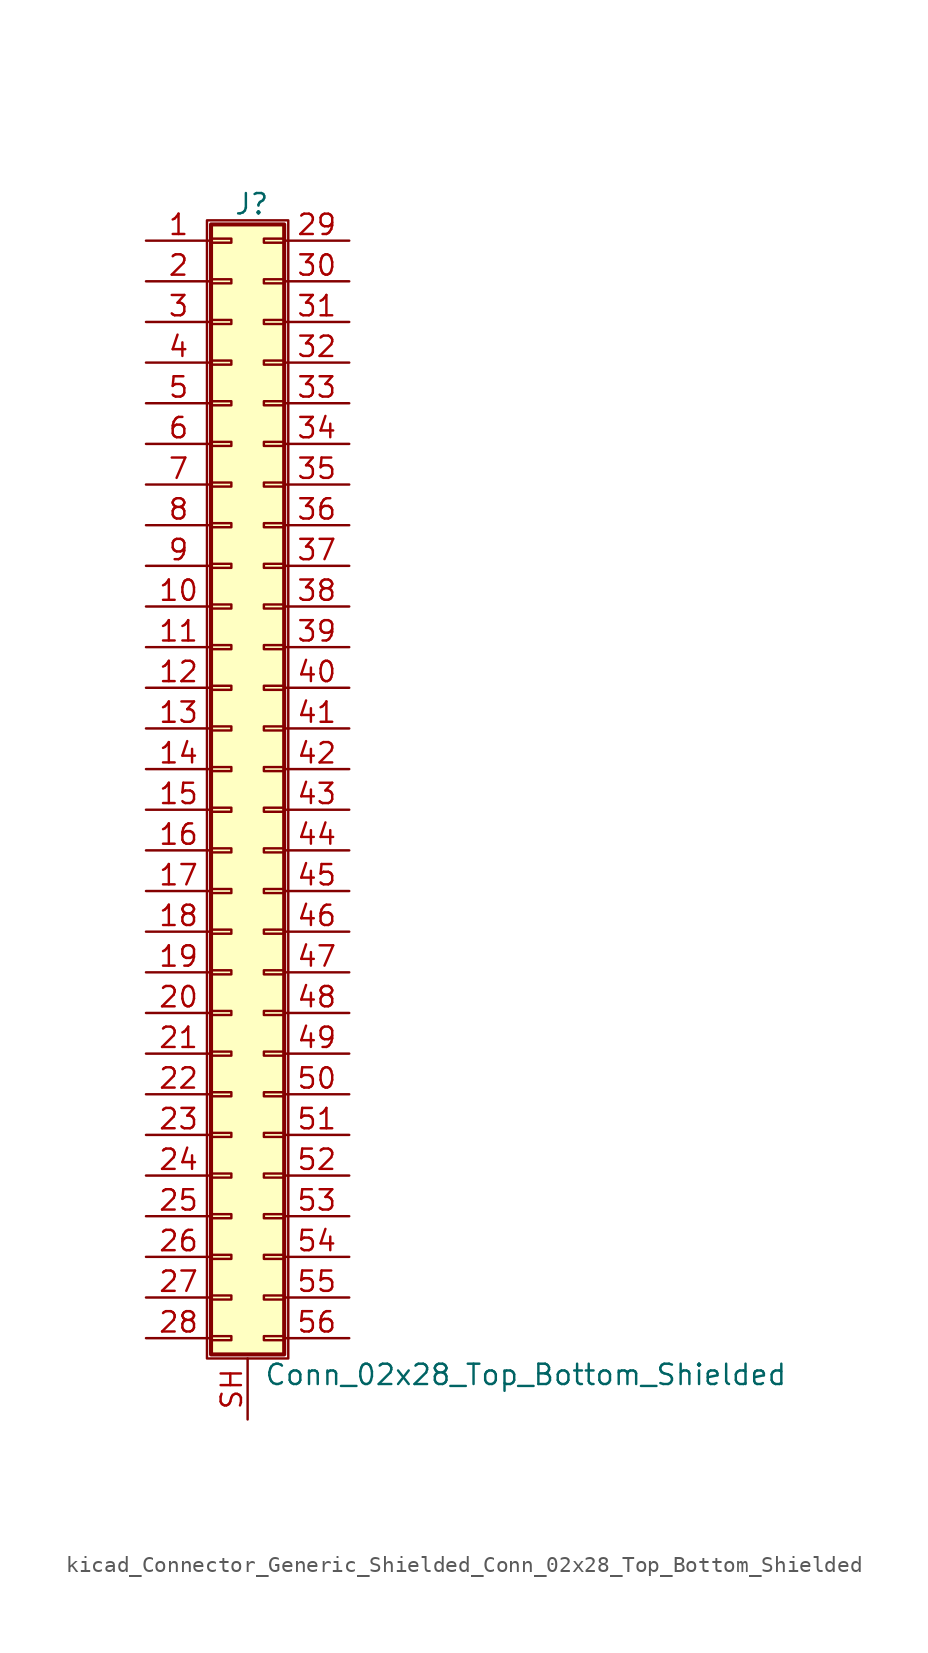
<source format=kicad_sym>
(kicad_symbol_lib
  (version 20220914)
  (generator kicad_symbol_editor)
  (symbol "kicad_Connector_Generic_Shielded_Conn_02x28_Top_Bottom_Shielded"
    (pin_names
      (offset 1.016) hide)
    (property "Reference" "J"
      (at 1.524 35.306 0)
      (effects (font (size 1.27 1.27))))
    (property "Value" "Conn_02x28_Top_Bottom_Shielded"
      (at 2.286 -37.846 0)
      (effects (font (size 1.27 1.27)) (justify left)))
    (symbol "kicad_Connector_Generic_Shielded_Conn_02x28_Top_Bottom_Shielded_1_1"
      (rectangle (start -1.27 34.29) (end 3.81 -36.83) (stroke (width 0.152) (type default)) (fill (type none)))
      (rectangle (start -1.016 -35.433) (end 0.254 -35.687) (stroke (width 0.152) (type default)) (fill (type none)))
      (rectangle (start -1.016 -32.893) (end 0.254 -33.147) (stroke (width 0.152) (type default)) (fill (type none)))
      (rectangle (start -1.016 -30.353) (end 0.254 -30.607) (stroke (width 0.152) (type default)) (fill (type none)))
      (rectangle (start -1.016 -27.813) (end 0.254 -28.067) (stroke (width 0.152) (type default)) (fill (type none)))
      (rectangle (start -1.016 -25.273) (end 0.254 -25.527) (stroke (width 0.152) (type default)) (fill (type none)))
      (rectangle (start -1.016 -22.733) (end 0.254 -22.987) (stroke (width 0.152) (type default)) (fill (type none)))
      (rectangle (start -1.016 -20.193) (end 0.254 -20.447) (stroke (width 0.152) (type default)) (fill (type none)))
      (rectangle (start -1.016 -17.653) (end 0.254 -17.907) (stroke (width 0.152) (type default)) (fill (type none)))
      (rectangle (start -1.016 -15.113) (end 0.254 -15.367) (stroke (width 0.152) (type default)) (fill (type none)))
      (rectangle (start -1.016 -12.573) (end 0.254 -12.827) (stroke (width 0.152) (type default)) (fill (type none)))
      (rectangle (start -1.016 -10.033) (end 0.254 -10.287) (stroke (width 0.152) (type default)) (fill (type none)))
      (rectangle (start -1.016 -7.493) (end 0.254 -7.747) (stroke (width 0.152) (type default)) (fill (type none)))
      (rectangle (start -1.016 -4.953) (end 0.254 -5.207) (stroke (width 0.152) (type default)) (fill (type none)))
      (rectangle (start -1.016 -2.413) (end 0.254 -2.667) (stroke (width 0.152) (type default)) (fill (type none)))
      (rectangle (start -1.016 0.127) (end 0.254 -0.127) (stroke (width 0.152) (type default)) (fill (type none)))
      (rectangle (start -1.016 2.667) (end 0.254 2.413) (stroke (width 0.152) (type default)) (fill (type none)))
      (rectangle (start -1.016 5.207) (end 0.254 4.953) (stroke (width 0.152) (type default)) (fill (type none)))
      (rectangle (start -1.016 7.747) (end 0.254 7.493) (stroke (width 0.152) (type default)) (fill (type none)))
      (rectangle (start -1.016 10.287) (end 0.254 10.033) (stroke (width 0.152) (type default)) (fill (type none)))
      (rectangle (start -1.016 12.827) (end 0.254 12.573) (stroke (width 0.152) (type default)) (fill (type none)))
      (rectangle (start -1.016 15.367) (end 0.254 15.113) (stroke (width 0.152) (type default)) (fill (type none)))
      (rectangle (start -1.016 17.907) (end 0.254 17.653) (stroke (width 0.152) (type default)) (fill (type none)))
      (rectangle (start -1.016 20.447) (end 0.254 20.193) (stroke (width 0.152) (type default)) (fill (type none)))
      (rectangle (start -1.016 22.987) (end 0.254 22.733) (stroke (width 0.152) (type default)) (fill (type none)))
      (rectangle (start -1.016 25.527) (end 0.254 25.273) (stroke (width 0.152) (type default)) (fill (type none)))
      (rectangle (start -1.016 28.067) (end 0.254 27.813) (stroke (width 0.152) (type default)) (fill (type none)))
      (rectangle (start -1.016 30.607) (end 0.254 30.353) (stroke (width 0.152) (type default)) (fill (type none)))
      (rectangle (start -1.016 33.147) (end 0.254 32.893) (stroke (width 0.152) (type default)) (fill (type none)))
      (rectangle (start -1.016 34.036) (end 3.556 -36.576) (stroke (width 0.254) (type default)) (fill (type background)))
      (rectangle (start 3.556 -35.433) (end 2.286 -35.687) (stroke (width 0.152) (type default)) (fill (type none)))
      (rectangle (start 3.556 -32.893) (end 2.286 -33.147) (stroke (width 0.152) (type default)) (fill (type none)))
      (rectangle (start 3.556 -30.353) (end 2.286 -30.607) (stroke (width 0.152) (type default)) (fill (type none)))
      (rectangle (start 3.556 -27.813) (end 2.286 -28.067) (stroke (width 0.152) (type default)) (fill (type none)))
      (rectangle (start 3.556 -25.273) (end 2.286 -25.527) (stroke (width 0.152) (type default)) (fill (type none)))
      (rectangle (start 3.556 -22.733) (end 2.286 -22.987) (stroke (width 0.152) (type default)) (fill (type none)))
      (rectangle (start 3.556 -20.193) (end 2.286 -20.447) (stroke (width 0.152) (type default)) (fill (type none)))
      (rectangle (start 3.556 -17.653) (end 2.286 -17.907) (stroke (width 0.152) (type default)) (fill (type none)))
      (rectangle (start 3.556 -15.113) (end 2.286 -15.367) (stroke (width 0.152) (type default)) (fill (type none)))
      (rectangle (start 3.556 -12.573) (end 2.286 -12.827) (stroke (width 0.152) (type default)) (fill (type none)))
      (rectangle (start 3.556 -10.033) (end 2.286 -10.287) (stroke (width 0.152) (type default)) (fill (type none)))
      (rectangle (start 3.556 -7.493) (end 2.286 -7.747) (stroke (width 0.152) (type default)) (fill (type none)))
      (rectangle (start 3.556 -4.953) (end 2.286 -5.207) (stroke (width 0.152) (type default)) (fill (type none)))
      (rectangle (start 3.556 -2.413) (end 2.286 -2.667) (stroke (width 0.152) (type default)) (fill (type none)))
      (rectangle (start 3.556 0.127) (end 2.286 -0.127) (stroke (width 0.152) (type default)) (fill (type none)))
      (rectangle (start 3.556 2.667) (end 2.286 2.413) (stroke (width 0.152) (type default)) (fill (type none)))
      (rectangle (start 3.556 5.207) (end 2.286 4.953) (stroke (width 0.152) (type default)) (fill (type none)))
      (rectangle (start 3.556 7.747) (end 2.286 7.493) (stroke (width 0.152) (type default)) (fill (type none)))
      (rectangle (start 3.556 10.287) (end 2.286 10.033) (stroke (width 0.152) (type default)) (fill (type none)))
      (rectangle (start 3.556 12.827) (end 2.286 12.573) (stroke (width 0.152) (type default)) (fill (type none)))
      (rectangle (start 3.556 15.367) (end 2.286 15.113) (stroke (width 0.152) (type default)) (fill (type none)))
      (rectangle (start 3.556 17.907) (end 2.286 17.653) (stroke (width 0.152) (type default)) (fill (type none)))
      (rectangle (start 3.556 20.447) (end 2.286 20.193) (stroke (width 0.152) (type default)) (fill (type none)))
      (rectangle (start 3.556 22.987) (end 2.286 22.733) (stroke (width 0.152) (type default)) (fill (type none)))
      (rectangle (start 3.556 25.527) (end 2.286 25.273) (stroke (width 0.152) (type default)) (fill (type none)))
      (rectangle (start 3.556 28.067) (end 2.286 27.813) (stroke (width 0.152) (type default)) (fill (type none)))
      (rectangle (start 3.556 30.607) (end 2.286 30.353) (stroke (width 0.152) (type default)) (fill (type none)))
      (rectangle (start 3.556 33.147) (end 2.286 32.893) (stroke (width 0.152) (type default)) (fill (type none)))
      (pin passive line (at -5.08 33.02 0) (length 4.064) (name "Pin_1" (effects (font (size 1.27 1.27)))) (number "1" (effects (font (size 1.27 1.27)))))
      (pin passive line (at -5.08 10.16 0) (length 4.064) (name "Pin_10" (effects (font (size 1.27 1.27)))) (number "10" (effects (font (size 1.27 1.27)))))
      (pin passive line (at -5.08 7.62 0) (length 4.064) (name "Pin_11" (effects (font (size 1.27 1.27)))) (number "11" (effects (font (size 1.27 1.27)))))
      (pin passive line (at -5.08 5.08 0) (length 4.064) (name "Pin_12" (effects (font (size 1.27 1.27)))) (number "12" (effects (font (size 1.27 1.27)))))
      (pin passive line (at -5.08 2.54 0) (length 4.064) (name "Pin_13" (effects (font (size 1.27 1.27)))) (number "13" (effects (font (size 1.27 1.27)))))
      (pin passive line (at -5.08 0 0) (length 4.064) (name "Pin_14" (effects (font (size 1.27 1.27)))) (number "14" (effects (font (size 1.27 1.27)))))
      (pin passive line (at -5.08 -2.54 0) (length 4.064) (name "Pin_15" (effects (font (size 1.27 1.27)))) (number "15" (effects (font (size 1.27 1.27)))))
      (pin passive line (at -5.08 -5.08 0) (length 4.064) (name "Pin_16" (effects (font (size 1.27 1.27)))) (number "16" (effects (font (size 1.27 1.27)))))
      (pin passive line (at -5.08 -7.62 0) (length 4.064) (name "Pin_17" (effects (font (size 1.27 1.27)))) (number "17" (effects (font (size 1.27 1.27)))))
      (pin passive line (at -5.08 -10.16 0) (length 4.064) (name "Pin_18" (effects (font (size 1.27 1.27)))) (number "18" (effects (font (size 1.27 1.27)))))
      (pin passive line (at -5.08 -12.7 0) (length 4.064) (name "Pin_19" (effects (font (size 1.27 1.27)))) (number "19" (effects (font (size 1.27 1.27)))))
      (pin passive line (at -5.08 30.48 0) (length 4.064) (name "Pin_2" (effects (font (size 1.27 1.27)))) (number "2" (effects (font (size 1.27 1.27)))))
      (pin passive line (at -5.08 -15.24 0) (length 4.064) (name "Pin_20" (effects (font (size 1.27 1.27)))) (number "20" (effects (font (size 1.27 1.27)))))
      (pin passive line (at -5.08 -17.78 0) (length 4.064) (name "Pin_21" (effects (font (size 1.27 1.27)))) (number "21" (effects (font (size 1.27 1.27)))))
      (pin passive line (at -5.08 -20.32 0) (length 4.064) (name "Pin_22" (effects (font (size 1.27 1.27)))) (number "22" (effects (font (size 1.27 1.27)))))
      (pin passive line (at -5.08 -22.86 0) (length 4.064) (name "Pin_23" (effects (font (size 1.27 1.27)))) (number "23" (effects (font (size 1.27 1.27)))))
      (pin passive line (at -5.08 -25.4 0) (length 4.064) (name "Pin_24" (effects (font (size 1.27 1.27)))) (number "24" (effects (font (size 1.27 1.27)))))
      (pin passive line (at -5.08 -27.94 0) (length 4.064) (name "Pin_25" (effects (font (size 1.27 1.27)))) (number "25" (effects (font (size 1.27 1.27)))))
      (pin passive line (at -5.08 -30.48 0) (length 4.064) (name "Pin_26" (effects (font (size 1.27 1.27)))) (number "26" (effects (font (size 1.27 1.27)))))
      (pin passive line (at -5.08 -33.02 0) (length 4.064) (name "Pin_27" (effects (font (size 1.27 1.27)))) (number "27" (effects (font (size 1.27 1.27)))))
      (pin passive line (at -5.08 -35.56 0) (length 4.064) (name "Pin_28" (effects (font (size 1.27 1.27)))) (number "28" (effects (font (size 1.27 1.27)))))
      (pin passive line (at 7.62 33.02 180) (length 4.064) (name "Pin_29" (effects (font (size 1.27 1.27)))) (number "29" (effects (font (size 1.27 1.27)))))
      (pin passive line (at -5.08 27.94 0) (length 4.064) (name "Pin_3" (effects (font (size 1.27 1.27)))) (number "3" (effects (font (size 1.27 1.27)))))
      (pin passive line (at 7.62 30.48 180) (length 4.064) (name "Pin_30" (effects (font (size 1.27 1.27)))) (number "30" (effects (font (size 1.27 1.27)))))
      (pin passive line (at 7.62 27.94 180) (length 4.064) (name "Pin_31" (effects (font (size 1.27 1.27)))) (number "31" (effects (font (size 1.27 1.27)))))
      (pin passive line (at 7.62 25.4 180) (length 4.064) (name "Pin_32" (effects (font (size 1.27 1.27)))) (number "32" (effects (font (size 1.27 1.27)))))
      (pin passive line (at 7.62 22.86 180) (length 4.064) (name "Pin_33" (effects (font (size 1.27 1.27)))) (number "33" (effects (font (size 1.27 1.27)))))
      (pin passive line (at 7.62 20.32 180) (length 4.064) (name "Pin_34" (effects (font (size 1.27 1.27)))) (number "34" (effects (font (size 1.27 1.27)))))
      (pin passive line (at 7.62 17.78 180) (length 4.064) (name "Pin_35" (effects (font (size 1.27 1.27)))) (number "35" (effects (font (size 1.27 1.27)))))
      (pin passive line (at 7.62 15.24 180) (length 4.064) (name "Pin_36" (effects (font (size 1.27 1.27)))) (number "36" (effects (font (size 1.27 1.27)))))
      (pin passive line (at 7.62 12.7 180) (length 4.064) (name "Pin_37" (effects (font (size 1.27 1.27)))) (number "37" (effects (font (size 1.27 1.27)))))
      (pin passive line (at 7.62 10.16 180) (length 4.064) (name "Pin_38" (effects (font (size 1.27 1.27)))) (number "38" (effects (font (size 1.27 1.27)))))
      (pin passive line (at 7.62 7.62 180) (length 4.064) (name "Pin_39" (effects (font (size 1.27 1.27)))) (number "39" (effects (font (size 1.27 1.27)))))
      (pin passive line (at -5.08 25.4 0) (length 4.064) (name "Pin_4" (effects (font (size 1.27 1.27)))) (number "4" (effects (font (size 1.27 1.27)))))
      (pin passive line (at 7.62 5.08 180) (length 4.064) (name "Pin_40" (effects (font (size 1.27 1.27)))) (number "40" (effects (font (size 1.27 1.27)))))
      (pin passive line (at 7.62 2.54 180) (length 4.064) (name "Pin_41" (effects (font (size 1.27 1.27)))) (number "41" (effects (font (size 1.27 1.27)))))
      (pin passive line (at 7.62 0 180) (length 4.064) (name "Pin_42" (effects (font (size 1.27 1.27)))) (number "42" (effects (font (size 1.27 1.27)))))
      (pin passive line (at 7.62 -2.54 180) (length 4.064) (name "Pin_43" (effects (font (size 1.27 1.27)))) (number "43" (effects (font (size 1.27 1.27)))))
      (pin passive line (at 7.62 -5.08 180) (length 4.064) (name "Pin_44" (effects (font (size 1.27 1.27)))) (number "44" (effects (font (size 1.27 1.27)))))
      (pin passive line (at 7.62 -7.62 180) (length 4.064) (name "Pin_45" (effects (font (size 1.27 1.27)))) (number "45" (effects (font (size 1.27 1.27)))))
      (pin passive line (at 7.62 -10.16 180) (length 4.064) (name "Pin_46" (effects (font (size 1.27 1.27)))) (number "46" (effects (font (size 1.27 1.27)))))
      (pin passive line (at 7.62 -12.7 180) (length 4.064) (name "Pin_47" (effects (font (size 1.27 1.27)))) (number "47" (effects (font (size 1.27 1.27)))))
      (pin passive line (at 7.62 -15.24 180) (length 4.064) (name "Pin_48" (effects (font (size 1.27 1.27)))) (number "48" (effects (font (size 1.27 1.27)))))
      (pin passive line (at 7.62 -17.78 180) (length 4.064) (name "Pin_49" (effects (font (size 1.27 1.27)))) (number "49" (effects (font (size 1.27 1.27)))))
      (pin passive line (at -5.08 22.86 0) (length 4.064) (name "Pin_5" (effects (font (size 1.27 1.27)))) (number "5" (effects (font (size 1.27 1.27)))))
      (pin passive line (at 7.62 -20.32 180) (length 4.064) (name "Pin_50" (effects (font (size 1.27 1.27)))) (number "50" (effects (font (size 1.27 1.27)))))
      (pin passive line (at 7.62 -22.86 180) (length 4.064) (name "Pin_51" (effects (font (size 1.27 1.27)))) (number "51" (effects (font (size 1.27 1.27)))))
      (pin passive line (at 7.62 -25.4 180) (length 4.064) (name "Pin_52" (effects (font (size 1.27 1.27)))) (number "52" (effects (font (size 1.27 1.27)))))
      (pin passive line (at 7.62 -27.94 180) (length 4.064) (name "Pin_53" (effects (font (size 1.27 1.27)))) (number "53" (effects (font (size 1.27 1.27)))))
      (pin passive line (at 7.62 -30.48 180) (length 4.064) (name "Pin_54" (effects (font (size 1.27 1.27)))) (number "54" (effects (font (size 1.27 1.27)))))
      (pin passive line (at 7.62 -33.02 180) (length 4.064) (name "Pin_55" (effects (font (size 1.27 1.27)))) (number "55" (effects (font (size 1.27 1.27)))))
      (pin passive line (at 7.62 -35.56 180) (length 4.064) (name "Pin_56" (effects (font (size 1.27 1.27)))) (number "56" (effects (font (size 1.27 1.27)))))
      (pin passive line (at -5.08 20.32 0) (length 4.064) (name "Pin_6" (effects (font (size 1.27 1.27)))) (number "6" (effects (font (size 1.27 1.27)))))
      (pin passive line (at -5.08 17.78 0) (length 4.064) (name "Pin_7" (effects (font (size 1.27 1.27)))) (number "7" (effects (font (size 1.27 1.27)))))
      (pin passive line (at -5.08 15.24 0) (length 4.064) (name "Pin_8" (effects (font (size 1.27 1.27)))) (number "8" (effects (font (size 1.27 1.27)))))
      (pin passive line (at -5.08 12.7 0) (length 4.064) (name "Pin_9" (effects (font (size 1.27 1.27)))) (number "9" (effects (font (size 1.27 1.27)))))
      (pin passive line (at 1.27 -40.64 90) (length 3.81) (name "Shield" (effects (font (size 1.27 1.27)))) (number "SH" (effects (font (size 1.27 1.27))))))))
</source>
